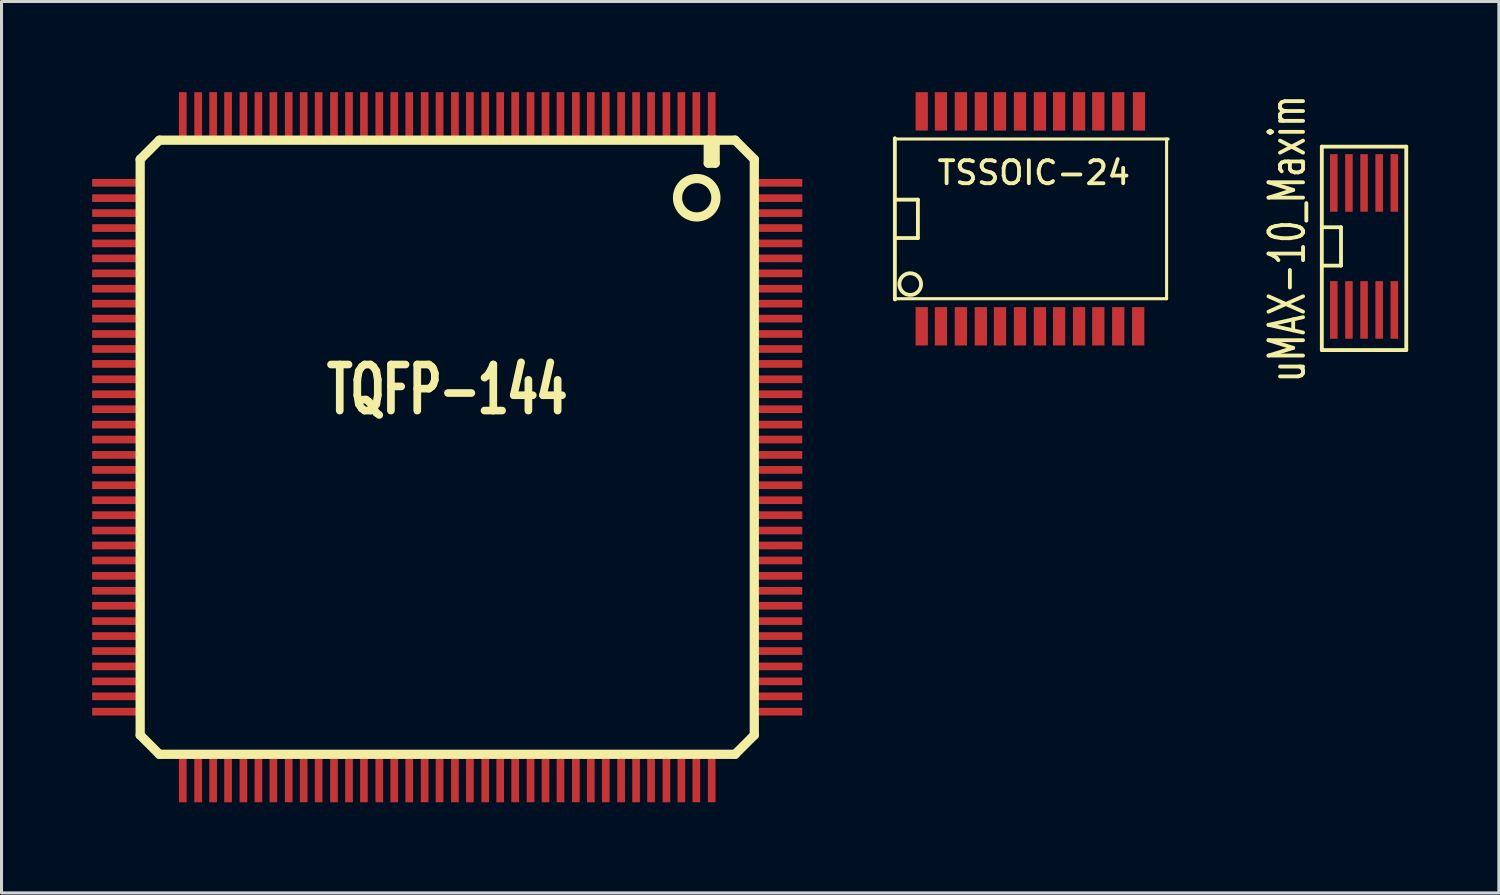
<source format=kicad_pcb>
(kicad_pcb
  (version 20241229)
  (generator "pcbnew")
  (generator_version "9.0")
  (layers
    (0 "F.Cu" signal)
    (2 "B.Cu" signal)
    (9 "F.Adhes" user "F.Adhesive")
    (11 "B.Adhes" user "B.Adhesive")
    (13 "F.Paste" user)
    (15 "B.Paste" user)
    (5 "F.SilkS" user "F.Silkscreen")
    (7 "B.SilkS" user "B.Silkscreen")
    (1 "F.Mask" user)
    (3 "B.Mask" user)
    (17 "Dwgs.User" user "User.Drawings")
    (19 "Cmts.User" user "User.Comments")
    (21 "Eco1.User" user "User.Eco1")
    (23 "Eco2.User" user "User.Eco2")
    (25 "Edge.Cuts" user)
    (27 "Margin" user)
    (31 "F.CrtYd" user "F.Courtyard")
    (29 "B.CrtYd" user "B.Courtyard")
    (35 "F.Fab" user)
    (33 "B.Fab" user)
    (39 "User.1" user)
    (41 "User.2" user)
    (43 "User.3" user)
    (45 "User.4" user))
  (footprint "uMAX-10_Maxim"
    (layer "F.Cu")
    (at 42.083 5.104)
    (property "Reference" "uMAX-10_Maxim" (at -2.54 -0.254 90) (layer "F.SilkS") (effects (font (size 1.143 0.762) (thickness 0.127))))
    (attr smd)
    (fp_line (start -1.397 -3.302) (end 1.397 -3.302) (stroke (width 0.127) (type solid)) (layer "F.SilkS"))
    (fp_line (start -1.397 -0.635) (end -0.762 -0.635) (stroke (width 0.127) (type solid)) (layer "F.SilkS"))
    (fp_line (start -1.397 3.429) (end -1.397 -3.302) (stroke (width 0.127) (type solid)) (layer "F.SilkS"))
    (fp_line (start -0.762 -0.635) (end -0.762 0.635) (stroke (width 0.127) (type solid)) (layer "F.SilkS"))
    (fp_line (start -0.762 0.635) (end -1.397 0.635) (stroke (width 0.127) (type solid)) (layer "F.SilkS"))
    (fp_line (start 1.397 -3.302) (end 1.397 3.429) (stroke (width 0.127) (type solid)) (layer "F.SilkS"))
    (fp_line (start 1.397 3.429) (end -1.397 3.429) (stroke (width 0.127) (type solid)) (layer "F.SilkS"))
    (pad "1" smd rect (at -1.001 2.101) (size 0.249 1.905) (layers "F.Cu" "F.Mask" "F.Paste"))
    (pad "2" smd rect (at -0.5 2.101) (size 0.249 1.905) (layers "F.Cu" "F.Mask" "F.Paste"))
    (pad "3" smd rect (at 0 2.101) (size 0.249 1.905) (layers "F.Cu" "F.Mask" "F.Paste"))
    (pad "4" smd rect (at 0.5 2.101) (size 0.249 1.905) (layers "F.Cu" "F.Mask" "F.Paste"))
    (pad "5" smd rect (at 1.001 2.101) (size 0.249 1.905) (layers "F.Cu" "F.Mask" "F.Paste"))
    (pad "6" smd rect (at 1.001 -2.101) (size 0.249 1.905) (layers "F.Cu" "F.Mask" "F.Paste"))
    (pad "7" smd rect (at 0.5 -2.101) (size 0.249 1.905) (layers "F.Cu" "F.Mask" "F.Paste"))
    (pad "8" smd rect (at 0 -2.101) (size 0.249 1.905) (layers "F.Cu" "F.Mask" "F.Paste"))
    (pad "9" smd rect (at -0.5 -2.101) (size 0.249 1.905) (layers "F.Cu" "F.Mask" "F.Paste"))
    (pad "10" smd rect (at -1.001 -2.101) (size 0.249 1.905) (layers "F.Cu" "F.Mask" "F.Paste")))
  (footprint "TQFP-144"
    (layer "F.Cu")
    (at 11.748 11.748)
    (property "Reference" "TQFP-144" (at 0 -1.905 0) (layer "F.SilkS") (effects (font (size 1.524 1.016) (thickness 0.305))))
    (attr smd)
    (fp_line (start -10.16 -9.525) (end -10.16 9.525) (stroke (width 0.305) (type solid)) (layer "F.SilkS"))
    (fp_line (start -10.16 9.525) (end -9.525 10.16) (stroke (width 0.305) (type solid)) (layer "F.SilkS"))
    (fp_line (start -9.525 -10.16) (end -10.16 -9.525) (stroke (width 0.305) (type solid)) (layer "F.SilkS"))
    (fp_line (start -9.525 10.16) (end 9.525 10.16) (stroke (width 0.305) (type solid)) (layer "F.SilkS"))
    (fp_line (start 8.636 -10.16) (end 8.636 -9.398) (stroke (width 0.305) (type solid)) (layer "F.SilkS"))
    (fp_line (start 8.636 -9.398) (end 8.865 -9.398) (stroke (width 0.305) (type solid)) (layer "F.SilkS"))
    (fp_line (start 8.865 -9.398) (end 8.865 -10.16) (stroke (width 0.305) (type solid)) (layer "F.SilkS"))
    (fp_line (start 9.525 -10.16) (end -9.525 -10.16) (stroke (width 0.305) (type solid)) (layer "F.SilkS"))
    (fp_line (start 9.525 10.16) (end 10.16 9.525) (stroke (width 0.305) (type solid)) (layer "F.SilkS"))
    (fp_line (start 10.16 -9.525) (end 9.525 -10.16) (stroke (width 0.305) (type solid)) (layer "F.SilkS"))
    (fp_line (start 10.16 9.525) (end 10.16 -9.525) (stroke (width 0.305) (type solid)) (layer "F.SilkS"))
    (fp_circle (center 8.255 -8.255) (end 8.255 -8.89) (stroke (width 0.305) (type solid)) (fill no) (layer "F.SilkS"))
    (pad "1" smd rect (at 8.75 -10.986) (size 0.254 1.524) (layers "F.Cu" "F.Mask" "F.Paste"))
    (pad "2" smd rect (at 8.242 -10.986) (size 0.254 1.524) (layers "F.Cu" "F.Mask" "F.Paste"))
    (pad "3" smd rect (at 7.747 -10.986) (size 0.254 1.524) (layers "F.Cu" "F.Mask" "F.Paste"))
    (pad "4" smd rect (at 7.252 -10.986) (size 0.254 1.524) (layers "F.Cu" "F.Mask" "F.Paste"))
    (pad "5" smd rect (at 6.744 -10.986) (size 0.254 1.524) (layers "F.Cu" "F.Mask" "F.Paste"))
    (pad "6" smd rect (at 6.248 -10.986) (size 0.254 1.524) (layers "F.Cu" "F.Mask" "F.Paste"))
    (pad "7" smd rect (at 5.753 -10.986) (size 0.254 1.524) (layers "F.Cu" "F.Mask" "F.Paste"))
    (pad "8" smd rect (at 5.245 -10.986) (size 0.254 1.524) (layers "F.Cu" "F.Mask" "F.Paste"))
    (pad "9" smd rect (at 4.75 -10.986) (size 0.254 1.524) (layers "F.Cu" "F.Mask" "F.Paste"))
    (pad "10" smd rect (at 4.255 -10.986) (size 0.254 1.524) (layers "F.Cu" "F.Mask" "F.Paste"))
    (pad "11" smd rect (at 3.747 -10.986) (size 0.254 1.524) (layers "F.Cu" "F.Mask" "F.Paste"))
    (pad "12" smd rect (at 3.251 -10.986) (size 0.254 1.524) (layers "F.Cu" "F.Mask" "F.Paste"))
    (pad "13" smd rect (at 2.756 -10.986) (size 0.254 1.524) (layers "F.Cu" "F.Mask" "F.Paste"))
    (pad "14" smd rect (at 2.248 -10.986) (size 0.254 1.524) (layers "F.Cu" "F.Mask" "F.Paste"))
    (pad "15" smd rect (at 1.753 -10.986) (size 0.254 1.524) (layers "F.Cu" "F.Mask" "F.Paste"))
    (pad "16" smd rect (at 1.257 -10.986) (size 0.254 1.524) (layers "F.Cu" "F.Mask" "F.Paste"))
    (pad "17" smd rect (at 0.749 -10.986) (size 0.254 1.524) (layers "F.Cu" "F.Mask" "F.Paste"))
    (pad "18" smd rect (at 0.254 -10.986) (size 0.254 1.524) (layers "F.Cu" "F.Mask" "F.Paste"))
    (pad "19" smd rect (at -0.254 -10.986) (size 0.254 1.524) (layers "F.Cu" "F.Mask" "F.Paste"))
    (pad "20" smd rect (at -0.749 -10.986) (size 0.254 1.524) (layers "F.Cu" "F.Mask" "F.Paste"))
    (pad "21" smd rect (at -1.257 -10.986) (size 0.254 1.524) (layers "F.Cu" "F.Mask" "F.Paste"))
    (pad "22" smd rect (at -1.753 -10.986) (size 0.254 1.524) (layers "F.Cu" "F.Mask" "F.Paste"))
    (pad "23" smd rect (at -2.248 -10.986) (size 0.254 1.524) (layers "F.Cu" "F.Mask" "F.Paste"))
    (pad "24" smd rect (at -2.756 -10.986) (size 0.254 1.524) (layers "F.Cu" "F.Mask" "F.Paste"))
    (pad "25" smd rect (at -3.251 -10.986) (size 0.254 1.524) (layers "F.Cu" "F.Mask" "F.Paste"))
    (pad "26" smd rect (at -3.747 -10.986) (size 0.254 1.524) (layers "F.Cu" "F.Mask" "F.Paste"))
    (pad "27" smd rect (at -4.255 -10.986) (size 0.254 1.524) (layers "F.Cu" "F.Mask" "F.Paste"))
    (pad "28" smd rect (at -4.75 -10.986) (size 0.254 1.524) (layers "F.Cu" "F.Mask" "F.Paste"))
    (pad "29" smd rect (at -5.245 -10.986) (size 0.254 1.524) (layers "F.Cu" "F.Mask" "F.Paste"))
    (pad "30" smd rect (at -5.753 -10.986) (size 0.254 1.524) (layers "F.Cu" "F.Mask" "F.Paste"))
    (pad "31" smd rect (at -6.248 -10.986) (size 0.254 1.524) (layers "F.Cu" "F.Mask" "F.Paste"))
    (pad "32" smd rect (at -6.744 -10.986) (size 0.254 1.524) (layers "F.Cu" "F.Mask" "F.Paste"))
    (pad "33" smd rect (at -7.252 -10.986) (size 0.254 1.524) (layers "F.Cu" "F.Mask" "F.Paste"))
    (pad "34" smd rect (at -7.747 -10.986) (size 0.254 1.524) (layers "F.Cu" "F.Mask" "F.Paste"))
    (pad "35" smd rect (at -8.242 -10.986) (size 0.254 1.524) (layers "F.Cu" "F.Mask" "F.Paste"))
    (pad "36" smd rect (at -8.75 -10.986) (size 0.254 1.524) (layers "F.Cu" "F.Mask" "F.Paste"))
    (pad "37" smd rect (at -10.986 -8.75) (size 1.524 0.254) (layers "F.Cu" "F.Mask" "F.Paste"))
    (pad "38" smd rect (at -10.986 -8.242) (size 1.524 0.254) (layers "F.Cu" "F.Mask" "F.Paste"))
    (pad "39" smd rect (at -10.986 -7.747) (size 1.524 0.254) (layers "F.Cu" "F.Mask" "F.Paste"))
    (pad "40" smd rect (at -10.986 -7.252) (size 1.524 0.254) (layers "F.Cu" "F.Mask" "F.Paste"))
    (pad "41" smd rect (at -10.986 -6.744) (size 1.524 0.254) (layers "F.Cu" "F.Mask" "F.Paste"))
    (pad "42" smd rect (at -10.986 -6.248) (size 1.524 0.254) (layers "F.Cu" "F.Mask" "F.Paste"))
    (pad "43" smd rect (at -10.986 -5.753) (size 1.524 0.254) (layers "F.Cu" "F.Mask" "F.Paste"))
    (pad "44" smd rect (at -10.986 -5.245) (size 1.524 0.254) (layers "F.Cu" "F.Mask" "F.Paste"))
    (pad "45" smd rect (at -10.986 -4.75) (size 1.524 0.254) (layers "F.Cu" "F.Mask" "F.Paste"))
    (pad "46" smd rect (at -10.986 -4.255) (size 1.524 0.254) (layers "F.Cu" "F.Mask" "F.Paste"))
    (pad "47" smd rect (at -10.986 -3.747) (size 1.524 0.254) (layers "F.Cu" "F.Mask" "F.Paste"))
    (pad "48" smd rect (at -10.986 -3.251) (size 1.524 0.254) (layers "F.Cu" "F.Mask" "F.Paste"))
    (pad "49" smd rect (at -10.986 -2.756) (size 1.524 0.254) (layers "F.Cu" "F.Mask" "F.Paste"))
    (pad "50" smd rect (at -10.986 -2.248) (size 1.524 0.254) (layers "F.Cu" "F.Mask" "F.Paste"))
    (pad "51" smd rect (at -10.986 -1.753) (size 1.524 0.254) (layers "F.Cu" "F.Mask" "F.Paste"))
    (pad "52" smd rect (at -10.986 -1.257) (size 1.524 0.254) (layers "F.Cu" "F.Mask" "F.Paste"))
    (pad "53" smd rect (at -10.986 -0.749) (size 1.524 0.254) (layers "F.Cu" "F.Mask" "F.Paste"))
    (pad "54" smd rect (at -10.986 -0.254) (size 1.524 0.254) (layers "F.Cu" "F.Mask" "F.Paste"))
    (pad "55" smd rect (at -10.986 0.254) (size 1.524 0.254) (layers "F.Cu" "F.Mask" "F.Paste"))
    (pad "56" smd rect (at -10.986 0.749) (size 1.524 0.254) (layers "F.Cu" "F.Mask" "F.Paste"))
    (pad "57" smd rect (at -10.986 1.257) (size 1.524 0.254) (layers "F.Cu" "F.Mask" "F.Paste"))
    (pad "58" smd rect (at -10.986 1.753) (size 1.524 0.254) (layers "F.Cu" "F.Mask" "F.Paste"))
    (pad "59" smd rect (at -10.986 2.248) (size 1.524 0.254) (layers "F.Cu" "F.Mask" "F.Paste"))
    (pad "60" smd rect (at -10.986 2.756) (size 1.524 0.254) (layers "F.Cu" "F.Mask" "F.Paste"))
    (pad "61" smd rect (at -10.986 3.251) (size 1.524 0.254) (layers "F.Cu" "F.Mask" "F.Paste"))
    (pad "62" smd rect (at -10.986 3.747) (size 1.524 0.254) (layers "F.Cu" "F.Mask" "F.Paste"))
    (pad "63" smd rect (at -10.986 4.255) (size 1.524 0.254) (layers "F.Cu" "F.Mask" "F.Paste"))
    (pad "64" smd rect (at -10.986 4.75) (size 1.524 0.254) (layers "F.Cu" "F.Mask" "F.Paste"))
    (pad "65" smd rect (at -10.986 5.245) (size 1.524 0.254) (layers "F.Cu" "F.Mask" "F.Paste"))
    (pad "66" smd rect (at -10.986 5.753) (size 1.524 0.254) (layers "F.Cu" "F.Mask" "F.Paste"))
    (pad "67" smd rect (at -10.986 6.248) (size 1.524 0.254) (layers "F.Cu" "F.Mask" "F.Paste"))
    (pad "68" smd rect (at -10.986 6.744) (size 1.524 0.254) (layers "F.Cu" "F.Mask" "F.Paste"))
    (pad "69" smd rect (at -10.986 7.252) (size 1.524 0.254) (layers "F.Cu" "F.Mask" "F.Paste"))
    (pad "70" smd rect (at -10.986 7.747) (size 1.524 0.254) (layers "F.Cu" "F.Mask" "F.Paste"))
    (pad "71" smd rect (at -10.986 8.242) (size 1.524 0.254) (layers "F.Cu" "F.Mask" "F.Paste"))
    (pad "72" smd rect (at -10.986 8.75) (size 1.524 0.254) (layers "F.Cu" "F.Mask" "F.Paste"))
    (pad "73" smd rect (at -8.75 10.986) (size 0.254 1.524) (layers "F.Cu" "F.Mask" "F.Paste"))
    (pad "74" smd rect (at -8.242 10.986) (size 0.254 1.524) (layers "F.Cu" "F.Mask" "F.Paste"))
    (pad "75" smd rect (at -7.747 10.986) (size 0.254 1.524) (layers "F.Cu" "F.Mask" "F.Paste"))
    (pad "76" smd rect (at -7.252 10.986) (size 0.254 1.524) (layers "F.Cu" "F.Mask" "F.Paste"))
    (pad "77" smd rect (at -6.744 10.986) (size 0.254 1.524) (layers "F.Cu" "F.Mask" "F.Paste"))
    (pad "78" smd rect (at -6.248 10.986) (size 0.254 1.524) (layers "F.Cu" "F.Mask" "F.Paste"))
    (pad "79" smd rect (at -5.753 10.986) (size 0.254 1.524) (layers "F.Cu" "F.Mask" "F.Paste"))
    (pad "80" smd rect (at -5.245 10.986) (size 0.254 1.524) (layers "F.Cu" "F.Mask" "F.Paste"))
    (pad "81" smd rect (at -4.75 10.986) (size 0.254 1.524) (layers "F.Cu" "F.Mask" "F.Paste"))
    (pad "82" smd rect (at -4.255 10.986) (size 0.254 1.524) (layers "F.Cu" "F.Mask" "F.Paste"))
    (pad "83" smd rect (at -3.747 10.986) (size 0.254 1.524) (layers "F.Cu" "F.Mask" "F.Paste"))
    (pad "84" smd rect (at -3.251 10.986) (size 0.254 1.524) (layers "F.Cu" "F.Mask" "F.Paste"))
    (pad "85" smd rect (at -2.756 10.986) (size 0.254 1.524) (layers "F.Cu" "F.Mask" "F.Paste"))
    (pad "86" smd rect (at -2.248 10.986) (size 0.254 1.524) (layers "F.Cu" "F.Mask" "F.Paste"))
    (pad "87" smd rect (at -1.753 10.986) (size 0.254 1.524) (layers "F.Cu" "F.Mask" "F.Paste"))
    (pad "88" smd rect (at -1.257 10.986) (size 0.254 1.524) (layers "F.Cu" "F.Mask" "F.Paste"))
    (pad "89" smd rect (at -0.749 10.986) (size 0.254 1.524) (layers "F.Cu" "F.Mask" "F.Paste"))
    (pad "90" smd rect (at -0.254 10.986) (size 0.254 1.524) (layers "F.Cu" "F.Mask" "F.Paste"))
    (pad "91" smd rect (at 0.254 10.986) (size 0.254 1.524) (layers "F.Cu" "F.Mask" "F.Paste"))
    (pad "92" smd rect (at 0.749 10.986) (size 0.254 1.524) (layers "F.Cu" "F.Mask" "F.Paste"))
    (pad "93" smd rect (at 1.257 10.986) (size 0.254 1.524) (layers "F.Cu" "F.Mask" "F.Paste"))
    (pad "94" smd rect (at 1.753 10.986) (size 0.254 1.524) (layers "F.Cu" "F.Mask" "F.Paste"))
    (pad "95" smd rect (at 2.248 10.986) (size 0.254 1.524) (layers "F.Cu" "F.Mask" "F.Paste"))
    (pad "96" smd rect (at 2.756 10.986) (size 0.254 1.524) (layers "F.Cu" "F.Mask" "F.Paste"))
    (pad "97" smd rect (at 3.251 10.986) (size 0.254 1.524) (layers "F.Cu" "F.Mask" "F.Paste"))
    (pad "98" smd rect (at 3.747 10.986) (size 0.254 1.524) (layers "F.Cu" "F.Mask" "F.Paste"))
    (pad "99" smd rect (at 4.255 10.986) (size 0.254 1.524) (layers "F.Cu" "F.Mask" "F.Paste"))
    (pad "100" smd rect (at 4.75 10.986) (size 0.254 1.524) (layers "F.Cu" "F.Mask" "F.Paste"))
    (pad "101" smd rect (at 5.245 10.986) (size 0.254 1.524) (layers "F.Cu" "F.Mask" "F.Paste"))
    (pad "102" smd rect (at 5.753 10.986) (size 0.254 1.524) (layers "F.Cu" "F.Mask" "F.Paste"))
    (pad "103" smd rect (at 6.248 10.986) (size 0.254 1.524) (layers "F.Cu" "F.Mask" "F.Paste"))
    (pad "104" smd rect (at 6.744 10.986) (size 0.254 1.524) (layers "F.Cu" "F.Mask" "F.Paste"))
    (pad "105" smd rect (at 7.252 10.986) (size 0.254 1.524) (layers "F.Cu" "F.Mask" "F.Paste"))
    (pad "106" smd rect (at 7.747 10.986) (size 0.254 1.524) (layers "F.Cu" "F.Mask" "F.Paste"))
    (pad "107" smd rect (at 8.242 10.986) (size 0.254 1.524) (layers "F.Cu" "F.Mask" "F.Paste"))
    (pad "108" smd rect (at 8.75 10.986) (size 0.254 1.524) (layers "F.Cu" "F.Mask" "F.Paste"))
    (pad "109" smd rect (at 10.986 8.75) (size 1.524 0.254) (layers "F.Cu" "F.Mask" "F.Paste"))
    (pad "110" smd rect (at 10.986 8.242) (size 1.524 0.254) (layers "F.Cu" "F.Mask" "F.Paste"))
    (pad "111" smd rect (at 10.986 7.747) (size 1.524 0.254) (layers "F.Cu" "F.Mask" "F.Paste"))
    (pad "112" smd rect (at 10.986 7.252) (size 1.524 0.254) (layers "F.Cu" "F.Mask" "F.Paste"))
    (pad "113" smd rect (at 10.986 6.744) (size 1.524 0.254) (layers "F.Cu" "F.Mask" "F.Paste"))
    (pad "114" smd rect (at 10.986 6.248) (size 1.524 0.254) (layers "F.Cu" "F.Mask" "F.Paste"))
    (pad "115" smd rect (at 10.986 5.753) (size 1.524 0.254) (layers "F.Cu" "F.Mask" "F.Paste"))
    (pad "116" smd rect (at 10.986 5.245) (size 1.524 0.254) (layers "F.Cu" "F.Mask" "F.Paste"))
    (pad "117" smd rect (at 10.986 4.75) (size 1.524 0.254) (layers "F.Cu" "F.Mask" "F.Paste"))
    (pad "118" smd rect (at 10.986 4.255) (size 1.524 0.254) (layers "F.Cu" "F.Mask" "F.Paste"))
    (pad "119" smd rect (at 10.986 3.747) (size 1.524 0.254) (layers "F.Cu" "F.Mask" "F.Paste"))
    (pad "120" smd rect (at 10.986 3.251) (size 1.524 0.254) (layers "F.Cu" "F.Mask" "F.Paste"))
    (pad "121" smd rect (at 10.986 2.756) (size 1.524 0.254) (layers "F.Cu" "F.Mask" "F.Paste"))
    (pad "122" smd rect (at 10.986 2.248) (size 1.524 0.254) (layers "F.Cu" "F.Mask" "F.Paste"))
    (pad "123" smd rect (at 10.986 1.753) (size 1.524 0.254) (layers "F.Cu" "F.Mask" "F.Paste"))
    (pad "124" smd rect (at 10.986 1.257) (size 1.524 0.254) (layers "F.Cu" "F.Mask" "F.Paste"))
    (pad "125" smd rect (at 10.986 0.749) (size 1.524 0.254) (layers "F.Cu" "F.Mask" "F.Paste"))
    (pad "126" smd rect (at 10.986 0.254) (size 1.524 0.254) (layers "F.Cu" "F.Mask" "F.Paste"))
    (pad "127" smd rect (at 10.986 -0.254) (size 1.524 0.254) (layers "F.Cu" "F.Mask" "F.Paste"))
    (pad "128" smd rect (at 10.986 -0.749) (size 1.524 0.254) (layers "F.Cu" "F.Mask" "F.Paste"))
    (pad "129" smd rect (at 10.986 -1.257) (size 1.524 0.254) (layers "F.Cu" "F.Mask" "F.Paste"))
    (pad "130" smd rect (at 10.986 -1.753) (size 1.524 0.254) (layers "F.Cu" "F.Mask" "F.Paste"))
    (pad "131" smd rect (at 10.986 -2.248) (size 1.524 0.254) (layers "F.Cu" "F.Mask" "F.Paste"))
    (pad "132" smd rect (at 10.986 -2.756) (size 1.524 0.254) (layers "F.Cu" "F.Mask" "F.Paste"))
    (pad "133" smd rect (at 10.986 -3.251) (size 1.524 0.254) (layers "F.Cu" "F.Mask" "F.Paste"))
    (pad "134" smd rect (at 10.986 -3.747) (size 1.524 0.254) (layers "F.Cu" "F.Mask" "F.Paste"))
    (pad "135" smd rect (at 10.986 -4.255) (size 1.524 0.254) (layers "F.Cu" "F.Mask" "F.Paste"))
    (pad "136" smd rect (at 10.986 -4.75) (size 1.524 0.254) (layers "F.Cu" "F.Mask" "F.Paste"))
    (pad "137" smd rect (at 10.986 -5.245) (size 1.524 0.254) (layers "F.Cu" "F.Mask" "F.Paste"))
    (pad "138" smd rect (at 10.986 -5.753) (size 1.524 0.254) (layers "F.Cu" "F.Mask" "F.Paste"))
    (pad "139" smd rect (at 10.986 -6.248) (size 1.524 0.254) (layers "F.Cu" "F.Mask" "F.Paste"))
    (pad "140" smd rect (at 10.986 -6.744) (size 1.524 0.254) (layers "F.Cu" "F.Mask" "F.Paste"))
    (pad "141" smd rect (at 10.986 -7.252) (size 1.524 0.254) (layers "F.Cu" "F.Mask" "F.Paste"))
    (pad "142" smd rect (at 10.986 -7.747) (size 1.524 0.254) (layers "F.Cu" "F.Mask" "F.Paste"))
    (pad "143" smd rect (at 10.986 -8.242) (size 1.524 0.254) (layers "F.Cu" "F.Mask" "F.Paste"))
    (pad "144" smd rect (at 10.986 -8.75) (size 1.524 0.254) (layers "F.Cu" "F.Mask" "F.Paste")))
  (footprint "TSSOIC-24"
    (layer "F.Cu")
    (at 31.029 4.191)
    (property "Reference" "TSSOIC-24" (at 0.127 -1.524 0) (layer "F.SilkS") (effects (font (size 0.762 0.762) (thickness 0.127))))
    (attr smd)
    (fp_line (start -4.47 -2.667) (end -4.47 2.667) (stroke (width 0.127) (type solid)) (layer "F.SilkS"))
    (fp_line (start -4.47 -2.642) (end 4.572 -2.642) (stroke (width 0.102) (type solid)) (layer "F.SilkS"))
    (fp_line (start -4.47 -0.635) (end -3.708 -0.635) (stroke (width 0.127) (type solid)) (layer "F.SilkS"))
    (fp_line (start -4.47 2.642) (end -4.42 2.642) (stroke (width 0.102) (type solid)) (layer "F.SilkS"))
    (fp_line (start -3.708 -0.635) (end -3.708 0.635) (stroke (width 0.127) (type solid)) (layer "F.SilkS"))
    (fp_line (start -3.708 0.635) (end -4.47 0.635) (stroke (width 0.127) (type solid)) (layer "F.SilkS"))
    (fp_line (start 4.521 -2.642) (end 4.521 2.642) (stroke (width 0.102) (type solid)) (layer "F.SilkS"))
    (fp_line (start 4.521 2.642) (end -4.47 2.642) (stroke (width 0.102) (type solid)) (layer "F.SilkS"))
    (fp_circle (center -3.962 2.159) (end -4.216 1.905) (stroke (width 0.127) (type solid)) (fill no) (layer "F.SilkS"))
    (pad "1" smd rect (at -3.581 3.556) (size 0.406 1.27) (layers "F.Cu" "F.Mask" "F.Paste"))
    (pad "2" smd rect (at -2.946 3.556) (size 0.406 1.27) (layers "F.Cu" "F.Mask" "F.Paste"))
    (pad "3" smd rect (at -2.286 3.556) (size 0.406 1.27) (layers "F.Cu" "F.Mask" "F.Paste"))
    (pad "4" smd rect (at -1.626 3.556) (size 0.406 1.27) (layers "F.Cu" "F.Mask" "F.Paste"))
    (pad "5" smd rect (at -0.991 3.556) (size 0.406 1.27) (layers "F.Cu" "F.Mask" "F.Paste"))
    (pad "6" smd rect (at -0.33 3.556) (size 0.406 1.27) (layers "F.Cu" "F.Mask" "F.Paste"))
    (pad "7" smd rect (at 0.33 3.556) (size 0.406 1.27) (layers "F.Cu" "F.Mask" "F.Paste"))
    (pad "8" smd rect (at 0.965 3.556) (size 0.406 1.27) (layers "F.Cu" "F.Mask" "F.Paste"))
    (pad "9" smd rect (at 1.626 3.556) (size 0.406 1.27) (layers "F.Cu" "F.Mask" "F.Paste"))
    (pad "10" smd rect (at 2.261 3.556) (size 0.406 1.27) (layers "F.Cu" "F.Mask" "F.Paste"))
    (pad "11" smd rect (at 2.921 3.556) (size 0.406 1.27) (layers "F.Cu" "F.Mask" "F.Paste"))
    (pad "12" smd rect (at 3.581 3.556) (size 0.406 1.27) (layers "F.Cu" "F.Mask" "F.Paste"))
    (pad "13" smd rect (at 3.607 -3.556) (size 0.406 1.27) (layers "F.Cu" "F.Mask" "F.Paste"))
    (pad "14" smd rect (at 2.921 -3.556) (size 0.406 1.27) (layers "F.Cu" "F.Mask" "F.Paste"))
    (pad "15" smd rect (at 2.261 -3.556) (size 0.406 1.27) (layers "F.Cu" "F.Mask" "F.Paste"))
    (pad "16" smd rect (at 1.626 -3.556) (size 0.406 1.27) (layers "F.Cu" "F.Mask" "F.Paste"))
    (pad "17" smd rect (at 0.965 -3.556) (size 0.406 1.27) (layers "F.Cu" "F.Mask" "F.Paste"))
    (pad "18" smd rect (at 0.33 -3.556) (size 0.406 1.27) (layers "F.Cu" "F.Mask" "F.Paste"))
    (pad "19" smd rect (at -0.33 -3.556) (size 0.406 1.27) (layers "F.Cu" "F.Mask" "F.Paste"))
    (pad "20" smd rect (at -0.991 -3.556) (size 0.406 1.27) (layers "F.Cu" "F.Mask" "F.Paste"))
    (pad "21" smd rect (at -1.626 -3.556) (size 0.406 1.27) (layers "F.Cu" "F.Mask" "F.Paste"))
    (pad "22" smd rect (at -2.286 -3.556) (size 0.406 1.27) (layers "F.Cu" "F.Mask" "F.Paste"))
    (pad "23" smd rect (at -2.946 -3.556) (size 0.406 1.27) (layers "F.Cu" "F.Mask" "F.Paste"))
    (pad "24" smd rect (at -3.581 -3.556) (size 0.406 1.27) (layers "F.Cu" "F.Mask" "F.Paste")))
  (gr_rect
    (start -3 -3)
    (end 46.544 26.495)
    (stroke (width 0.1) (type default))
    (fill no)
    (layer "Edge.Cuts")))
</source>
